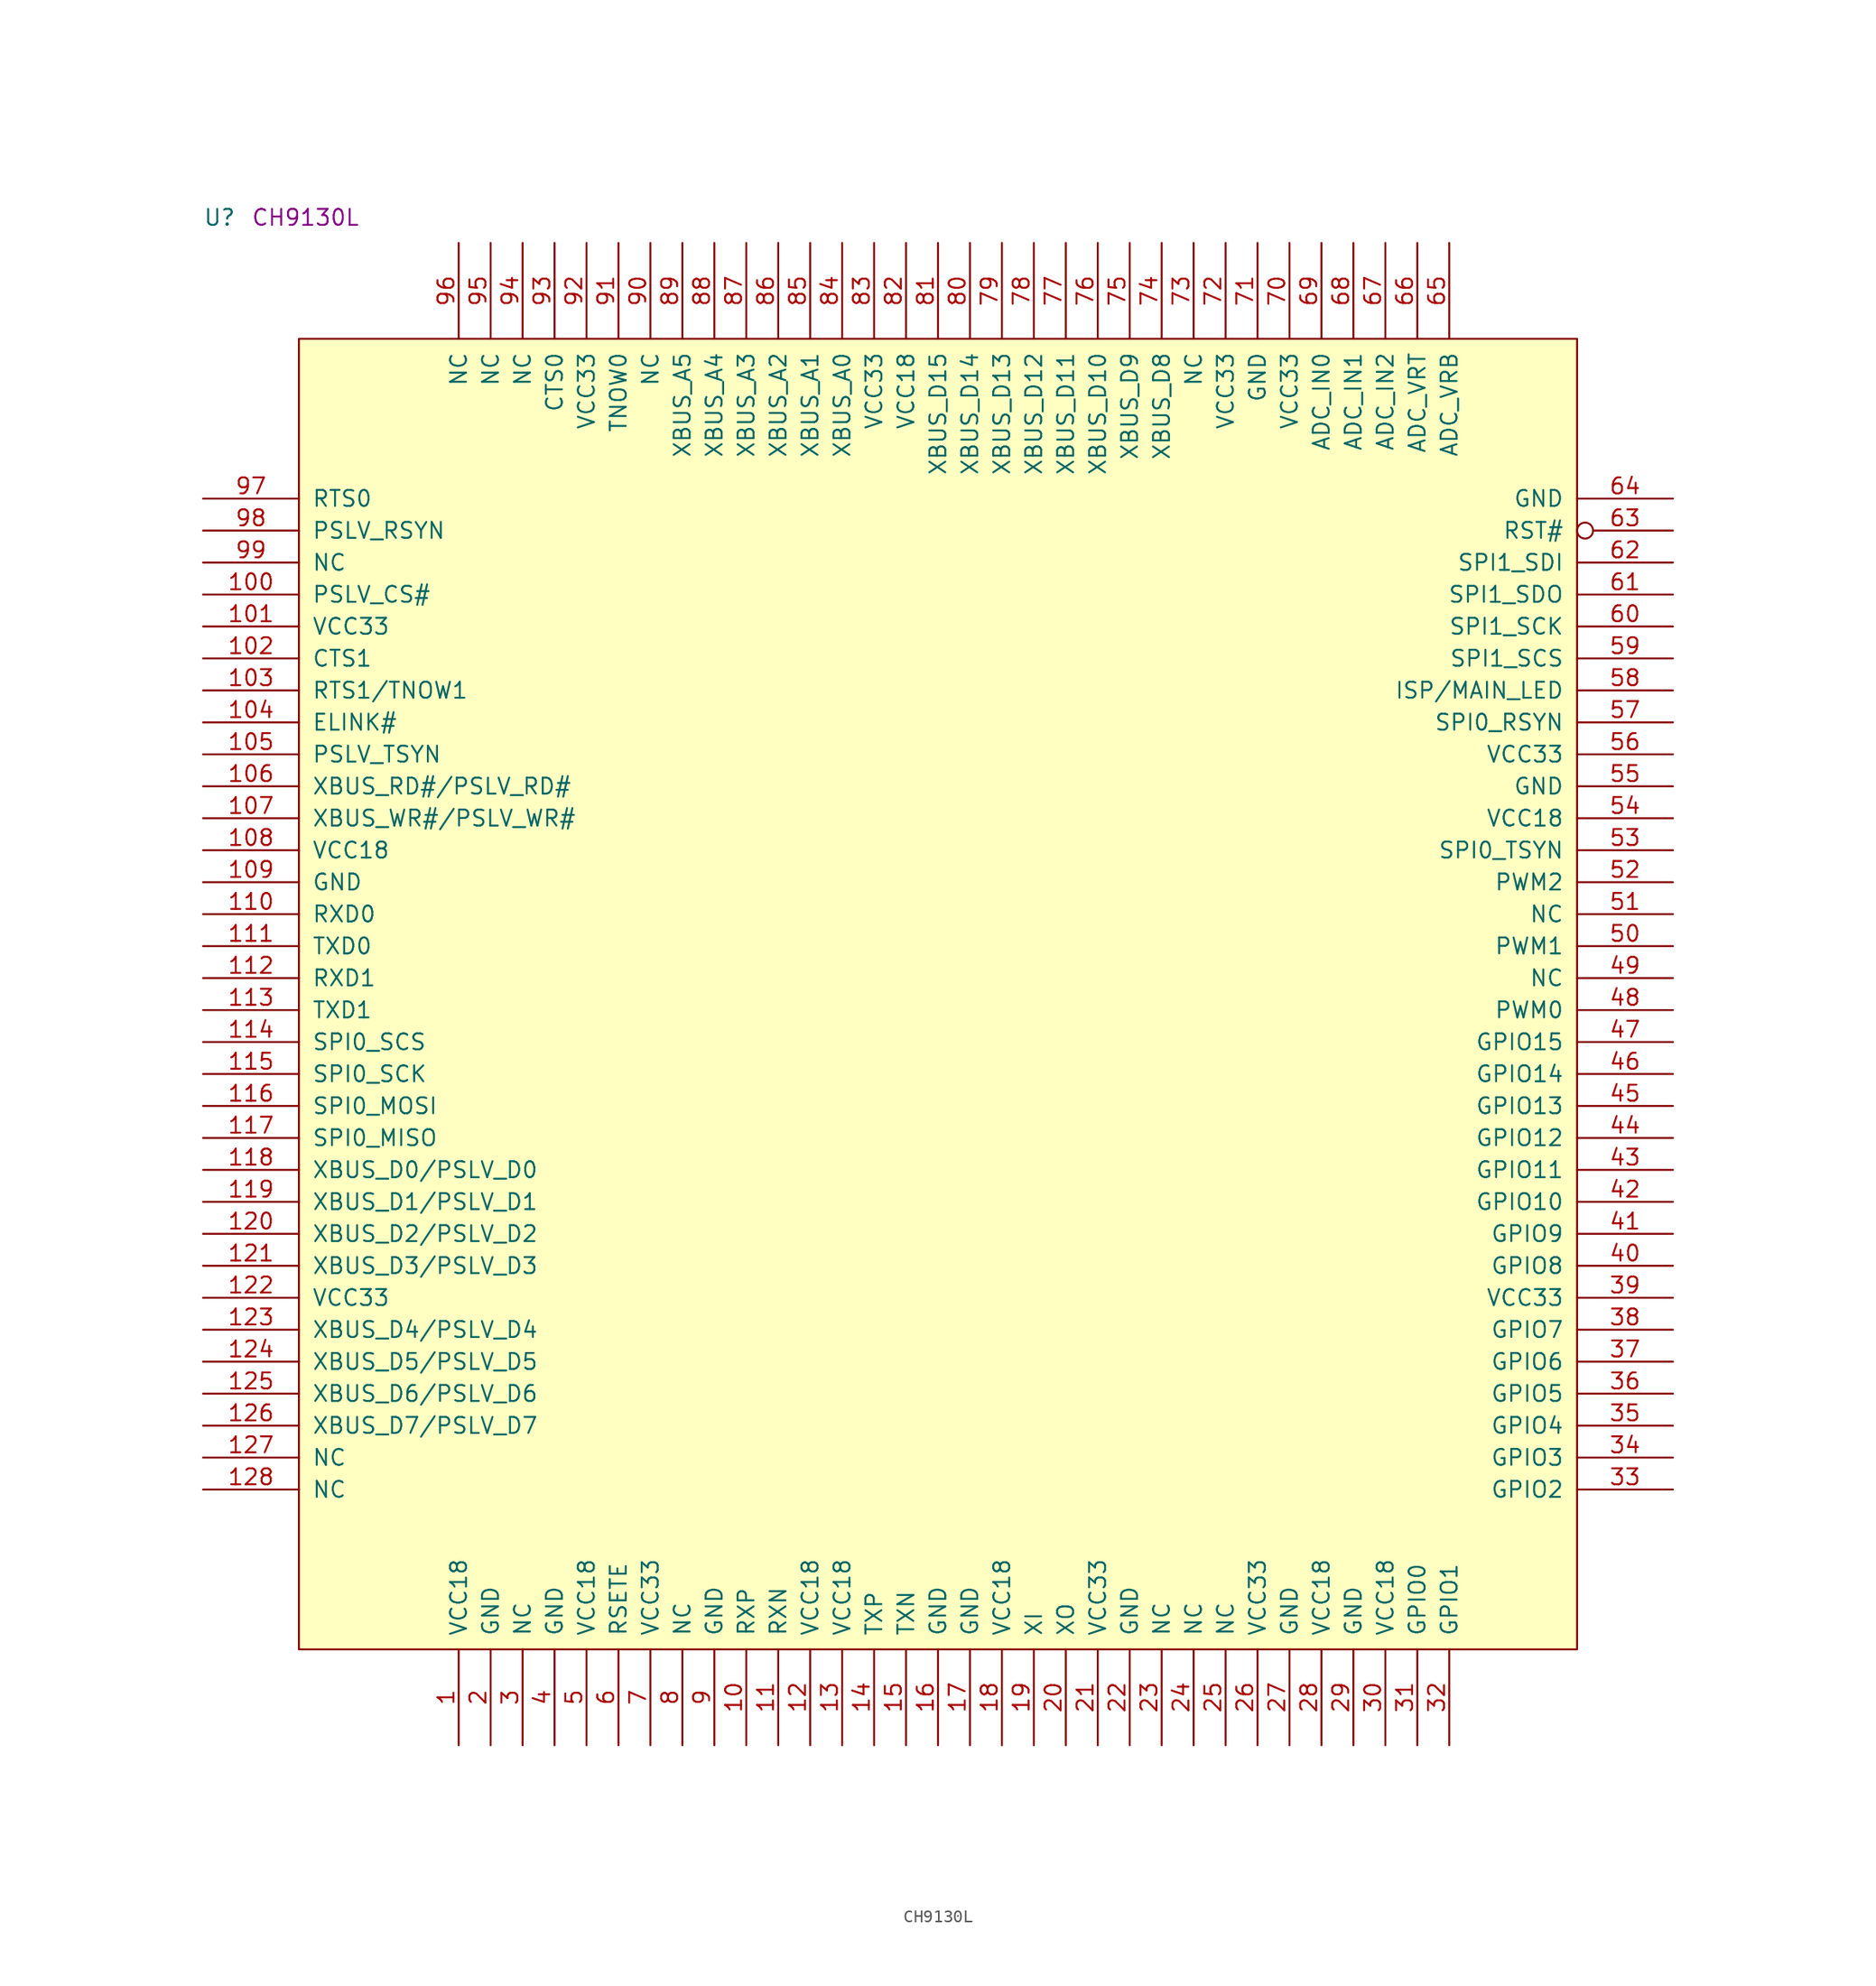
<source format=kicad_sym>
(kicad_symbol_lib
  (version 20211014)
  (generator kicad_symbol_editor)
  (symbol "CH9130L"
    (pin_names
      (offset 1.016))
    (property "Reference" "U"
      (at -7.62 8.89 0)
      (effects (font (size 1.27 1.27)) (justify left bottom)))
    (property "Comment" "CH9130L"
      (at -3.81 8.89 0)
      (effects (font (size 1.27 1.27)) (justify left bottom)))
    (symbol "CH9130L_1_1"
      (rectangle (start 0 -104.14) (end 101.6 0) (stroke (width 0) (type default) (color 0 0 0 0)) (fill (type background)))
      (pin power_in line (at 12.7 -111.76 90) (length 7.62) (name "VCC18" (effects (font (size 1.27 1.27)))) (number "1" (effects (font (size 1.27 1.27)))))
      (pin input line (at 35.56 -111.76 90) (length 7.62) (name "RXP" (effects (font (size 1.27 1.27)))) (number "10" (effects (font (size 1.27 1.27)))))
      (pin bidirectional line (at -7.62 -20.32 0) (length 7.62) (name "PSLV_CS#" (effects (font (size 1.27 1.27)))) (number "100" (effects (font (size 1.27 1.27)))))
      (pin power_in line (at -7.62 -22.86 0) (length 7.62) (name "VCC33" (effects (font (size 1.27 1.27)))) (number "101" (effects (font (size 1.27 1.27)))))
      (pin bidirectional line (at -7.62 -25.4 0) (length 7.62) (name "CTS1" (effects (font (size 1.27 1.27)))) (number "102" (effects (font (size 1.27 1.27)))))
      (pin bidirectional line (at -7.62 -27.94 0) (length 7.62) (name "RTS1/TNOW1" (effects (font (size 1.27 1.27)))) (number "103" (effects (font (size 1.27 1.27)))))
      (pin bidirectional line (at -7.62 -30.48 0) (length 7.62) (name "ELINK#" (effects (font (size 1.27 1.27)))) (number "104" (effects (font (size 1.27 1.27)))))
      (pin bidirectional line (at -7.62 -33.02 0) (length 7.62) (name "PSLV_TSYN" (effects (font (size 1.27 1.27)))) (number "105" (effects (font (size 1.27 1.27)))))
      (pin bidirectional line (at -7.62 -35.56 0) (length 7.62) (name "XBUS_RD#/PSLV_RD#" (effects (font (size 1.27 1.27)))) (number "106" (effects (font (size 1.27 1.27)))))
      (pin bidirectional line (at -7.62 -38.1 0) (length 7.62) (name "XBUS_WR#/PSLV_WR#" (effects (font (size 1.27 1.27)))) (number "107" (effects (font (size 1.27 1.27)))))
      (pin power_in line (at -7.62 -40.64 0) (length 7.62) (name "VCC18" (effects (font (size 1.27 1.27)))) (number "108" (effects (font (size 1.27 1.27)))))
      (pin power_in line (at -7.62 -43.18 0) (length 7.62) (name "GND" (effects (font (size 1.27 1.27)))) (number "109" (effects (font (size 1.27 1.27)))))
      (pin input line (at 38.1 -111.76 90) (length 7.62) (name "RXN" (effects (font (size 1.27 1.27)))) (number "11" (effects (font (size 1.27 1.27)))))
      (pin bidirectional line (at -7.62 -45.72 0) (length 7.62) (name "RXD0" (effects (font (size 1.27 1.27)))) (number "110" (effects (font (size 1.27 1.27)))))
      (pin bidirectional line (at -7.62 -48.26 0) (length 7.62) (name "TXD0" (effects (font (size 1.27 1.27)))) (number "111" (effects (font (size 1.27 1.27)))))
      (pin bidirectional line (at -7.62 -50.8 0) (length 7.62) (name "RXD1" (effects (font (size 1.27 1.27)))) (number "112" (effects (font (size 1.27 1.27)))))
      (pin bidirectional line (at -7.62 -53.34 0) (length 7.62) (name "TXD1" (effects (font (size 1.27 1.27)))) (number "113" (effects (font (size 1.27 1.27)))))
      (pin bidirectional line (at -7.62 -55.88 0) (length 7.62) (name "SPI0_SCS" (effects (font (size 1.27 1.27)))) (number "114" (effects (font (size 1.27 1.27)))))
      (pin bidirectional line (at -7.62 -58.42 0) (length 7.62) (name "SPI0_SCK" (effects (font (size 1.27 1.27)))) (number "115" (effects (font (size 1.27 1.27)))))
      (pin bidirectional line (at -7.62 -60.96 0) (length 7.62) (name "SPI0_MOSI" (effects (font (size 1.27 1.27)))) (number "116" (effects (font (size 1.27 1.27)))))
      (pin bidirectional line (at -7.62 -63.5 0) (length 7.62) (name "SPI0_MISO" (effects (font (size 1.27 1.27)))) (number "117" (effects (font (size 1.27 1.27)))))
      (pin bidirectional line (at -7.62 -66.04 0) (length 7.62) (name "XBUS_D0/PSLV_D0" (effects (font (size 1.27 1.27)))) (number "118" (effects (font (size 1.27 1.27)))))
      (pin bidirectional line (at -7.62 -68.58 0) (length 7.62) (name "XBUS_D1/PSLV_D1" (effects (font (size 1.27 1.27)))) (number "119" (effects (font (size 1.27 1.27)))))
      (pin power_in line (at 40.64 -111.76 90) (length 7.62) (name "VCC18" (effects (font (size 1.27 1.27)))) (number "12" (effects (font (size 1.27 1.27)))))
      (pin bidirectional line (at -7.62 -71.12 0) (length 7.62) (name "XBUS_D2/PSLV_D2" (effects (font (size 1.27 1.27)))) (number "120" (effects (font (size 1.27 1.27)))))
      (pin bidirectional line (at -7.62 -73.66 0) (length 7.62) (name "XBUS_D3/PSLV_D3" (effects (font (size 1.27 1.27)))) (number "121" (effects (font (size 1.27 1.27)))))
      (pin power_in line (at -7.62 -76.2 0) (length 7.62) (name "VCC33" (effects (font (size 1.27 1.27)))) (number "122" (effects (font (size 1.27 1.27)))))
      (pin bidirectional line (at -7.62 -78.74 0) (length 7.62) (name "XBUS_D4/PSLV_D4" (effects (font (size 1.27 1.27)))) (number "123" (effects (font (size 1.27 1.27)))))
      (pin bidirectional line (at -7.62 -81.28 0) (length 7.62) (name "XBUS_D5/PSLV_D5" (effects (font (size 1.27 1.27)))) (number "124" (effects (font (size 1.27 1.27)))))
      (pin bidirectional line (at -7.62 -83.82 0) (length 7.62) (name "XBUS_D6/PSLV_D6" (effects (font (size 1.27 1.27)))) (number "125" (effects (font (size 1.27 1.27)))))
      (pin bidirectional line (at -7.62 -86.36 0) (length 7.62) (name "XBUS_D7/PSLV_D7" (effects (font (size 1.27 1.27)))) (number "126" (effects (font (size 1.27 1.27)))))
      (pin input line (at -7.62 -88.9 0) (length 7.62) (name "NC" (effects (font (size 1.27 1.27)))) (number "127" (effects (font (size 1.27 1.27)))))
      (pin input line (at -7.62 -91.44 0) (length 7.62) (name "NC" (effects (font (size 1.27 1.27)))) (number "128" (effects (font (size 1.27 1.27)))))
      (pin power_in line (at 43.18 -111.76 90) (length 7.62) (name "VCC18" (effects (font (size 1.27 1.27)))) (number "13" (effects (font (size 1.27 1.27)))))
      (pin output line (at 45.72 -111.76 90) (length 7.62) (name "TXP" (effects (font (size 1.27 1.27)))) (number "14" (effects (font (size 1.27 1.27)))))
      (pin output line (at 48.26 -111.76 90) (length 7.62) (name "TXN" (effects (font (size 1.27 1.27)))) (number "15" (effects (font (size 1.27 1.27)))))
      (pin power_in line (at 50.8 -111.76 90) (length 7.62) (name "GND" (effects (font (size 1.27 1.27)))) (number "16" (effects (font (size 1.27 1.27)))))
      (pin power_in line (at 53.34 -111.76 90) (length 7.62) (name "GND" (effects (font (size 1.27 1.27)))) (number "17" (effects (font (size 1.27 1.27)))))
      (pin power_in line (at 55.88 -111.76 90) (length 7.62) (name "VCC18" (effects (font (size 1.27 1.27)))) (number "18" (effects (font (size 1.27 1.27)))))
      (pin input line (at 58.42 -111.76 90) (length 7.62) (name "XI" (effects (font (size 1.27 1.27)))) (number "19" (effects (font (size 1.27 1.27)))))
      (pin power_in line (at 15.24 -111.76 90) (length 7.62) (name "GND" (effects (font (size 1.27 1.27)))) (number "2" (effects (font (size 1.27 1.27)))))
      (pin bidirectional line (at 60.96 -111.76 90) (length 7.62) (name "XO" (effects (font (size 1.27 1.27)))) (number "20" (effects (font (size 1.27 1.27)))))
      (pin power_in line (at 63.5 -111.76 90) (length 7.62) (name "VCC33" (effects (font (size 1.27 1.27)))) (number "21" (effects (font (size 1.27 1.27)))))
      (pin power_in line (at 66.04 -111.76 90) (length 7.62) (name "GND" (effects (font (size 1.27 1.27)))) (number "22" (effects (font (size 1.27 1.27)))))
      (pin bidirectional line (at 68.58 -111.76 90) (length 7.62) (name "NC" (effects (font (size 1.27 1.27)))) (number "23" (effects (font (size 1.27 1.27)))))
      (pin bidirectional line (at 71.12 -111.76 90) (length 7.62) (name "NC" (effects (font (size 1.27 1.27)))) (number "24" (effects (font (size 1.27 1.27)))))
      (pin bidirectional line (at 73.66 -111.76 90) (length 7.62) (name "NC" (effects (font (size 1.27 1.27)))) (number "25" (effects (font (size 1.27 1.27)))))
      (pin power_in line (at 76.2 -111.76 90) (length 7.62) (name "VCC33" (effects (font (size 1.27 1.27)))) (number "26" (effects (font (size 1.27 1.27)))))
      (pin power_in line (at 78.74 -111.76 90) (length 7.62) (name "GND" (effects (font (size 1.27 1.27)))) (number "27" (effects (font (size 1.27 1.27)))))
      (pin power_in line (at 81.28 -111.76 90) (length 7.62) (name "VCC18" (effects (font (size 1.27 1.27)))) (number "28" (effects (font (size 1.27 1.27)))))
      (pin power_in line (at 83.82 -111.76 90) (length 7.62) (name "GND" (effects (font (size 1.27 1.27)))) (number "29" (effects (font (size 1.27 1.27)))))
      (pin passive line (at 17.78 -111.76 90) (length 7.62) (name "NC" (effects (font (size 1.27 1.27)))) (number "3" (effects (font (size 1.27 1.27)))))
      (pin power_in line (at 86.36 -111.76 90) (length 7.62) (name "VCC18" (effects (font (size 1.27 1.27)))) (number "30" (effects (font (size 1.27 1.27)))))
      (pin bidirectional line (at 88.9 -111.76 90) (length 7.62) (name "GPIO0" (effects (font (size 1.27 1.27)))) (number "31" (effects (font (size 1.27 1.27)))))
      (pin bidirectional line (at 91.44 -111.76 90) (length 7.62) (name "GPIO1" (effects (font (size 1.27 1.27)))) (number "32" (effects (font (size 1.27 1.27)))))
      (pin bidirectional line (at 109.22 -91.44 180) (length 7.62) (name "GPIO2" (effects (font (size 1.27 1.27)))) (number "33" (effects (font (size 1.27 1.27)))))
      (pin bidirectional line (at 109.22 -88.9 180) (length 7.62) (name "GPIO3" (effects (font (size 1.27 1.27)))) (number "34" (effects (font (size 1.27 1.27)))))
      (pin bidirectional line (at 109.22 -86.36 180) (length 7.62) (name "GPIO4" (effects (font (size 1.27 1.27)))) (number "35" (effects (font (size 1.27 1.27)))))
      (pin bidirectional line (at 109.22 -83.82 180) (length 7.62) (name "GPIO5" (effects (font (size 1.27 1.27)))) (number "36" (effects (font (size 1.27 1.27)))))
      (pin bidirectional line (at 109.22 -81.28 180) (length 7.62) (name "GPIO6" (effects (font (size 1.27 1.27)))) (number "37" (effects (font (size 1.27 1.27)))))
      (pin bidirectional line (at 109.22 -78.74 180) (length 7.62) (name "GPIO7" (effects (font (size 1.27 1.27)))) (number "38" (effects (font (size 1.27 1.27)))))
      (pin power_in line (at 109.22 -76.2 180) (length 7.62) (name "VCC33" (effects (font (size 1.27 1.27)))) (number "39" (effects (font (size 1.27 1.27)))))
      (pin power_in line (at 20.32 -111.76 90) (length 7.62) (name "GND" (effects (font (size 1.27 1.27)))) (number "4" (effects (font (size 1.27 1.27)))))
      (pin bidirectional line (at 109.22 -73.66 180) (length 7.62) (name "GPIO8" (effects (font (size 1.27 1.27)))) (number "40" (effects (font (size 1.27 1.27)))))
      (pin bidirectional line (at 109.22 -71.12 180) (length 7.62) (name "GPIO9" (effects (font (size 1.27 1.27)))) (number "41" (effects (font (size 1.27 1.27)))))
      (pin bidirectional line (at 109.22 -68.58 180) (length 7.62) (name "GPIO10" (effects (font (size 1.27 1.27)))) (number "42" (effects (font (size 1.27 1.27)))))
      (pin bidirectional line (at 109.22 -66.04 180) (length 7.62) (name "GPIO11" (effects (font (size 1.27 1.27)))) (number "43" (effects (font (size 1.27 1.27)))))
      (pin bidirectional line (at 109.22 -63.5 180) (length 7.62) (name "GPIO12" (effects (font (size 1.27 1.27)))) (number "44" (effects (font (size 1.27 1.27)))))
      (pin bidirectional line (at 109.22 -60.96 180) (length 7.62) (name "GPIO13" (effects (font (size 1.27 1.27)))) (number "45" (effects (font (size 1.27 1.27)))))
      (pin bidirectional line (at 109.22 -58.42 180) (length 7.62) (name "GPIO14" (effects (font (size 1.27 1.27)))) (number "46" (effects (font (size 1.27 1.27)))))
      (pin bidirectional line (at 109.22 -55.88 180) (length 7.62) (name "GPIO15" (effects (font (size 1.27 1.27)))) (number "47" (effects (font (size 1.27 1.27)))))
      (pin bidirectional line (at 109.22 -53.34 180) (length 7.62) (name "PWM0" (effects (font (size 1.27 1.27)))) (number "48" (effects (font (size 1.27 1.27)))))
      (pin bidirectional line (at 109.22 -50.8 180) (length 7.62) (name "NC" (effects (font (size 1.27 1.27)))) (number "49" (effects (font (size 1.27 1.27)))))
      (pin power_in line (at 22.86 -111.76 90) (length 7.62) (name "VCC18" (effects (font (size 1.27 1.27)))) (number "5" (effects (font (size 1.27 1.27)))))
      (pin bidirectional line (at 109.22 -48.26 180) (length 7.62) (name "PWM1" (effects (font (size 1.27 1.27)))) (number "50" (effects (font (size 1.27 1.27)))))
      (pin bidirectional line (at 109.22 -45.72 180) (length 7.62) (name "NC" (effects (font (size 1.27 1.27)))) (number "51" (effects (font (size 1.27 1.27)))))
      (pin bidirectional line (at 109.22 -43.18 180) (length 7.62) (name "PWM2" (effects (font (size 1.27 1.27)))) (number "52" (effects (font (size 1.27 1.27)))))
      (pin bidirectional line (at 109.22 -40.64 180) (length 7.62) (name "SPI0_TSYN" (effects (font (size 1.27 1.27)))) (number "53" (effects (font (size 1.27 1.27)))))
      (pin power_in line (at 109.22 -38.1 180) (length 7.62) (name "VCC18" (effects (font (size 1.27 1.27)))) (number "54" (effects (font (size 1.27 1.27)))))
      (pin power_in line (at 109.22 -35.56 180) (length 7.62) (name "GND" (effects (font (size 1.27 1.27)))) (number "55" (effects (font (size 1.27 1.27)))))
      (pin power_in line (at 109.22 -33.02 180) (length 7.62) (name "VCC33" (effects (font (size 1.27 1.27)))) (number "56" (effects (font (size 1.27 1.27)))))
      (pin bidirectional line (at 109.22 -30.48 180) (length 7.62) (name "SPI0_RSYN" (effects (font (size 1.27 1.27)))) (number "57" (effects (font (size 1.27 1.27)))))
      (pin bidirectional line (at 109.22 -27.94 180) (length 7.62) (name "ISP/MAIN_LED" (effects (font (size 1.27 1.27)))) (number "58" (effects (font (size 1.27 1.27)))))
      (pin bidirectional line (at 109.22 -25.4 180) (length 7.62) (name "SPI1_SCS" (effects (font (size 1.27 1.27)))) (number "59" (effects (font (size 1.27 1.27)))))
      (pin bidirectional line (at 25.4 -111.76 90) (length 7.62) (name "RSETE" (effects (font (size 1.27 1.27)))) (number "6" (effects (font (size 1.27 1.27)))))
      (pin bidirectional line (at 109.22 -22.86 180) (length 7.62) (name "SPI1_SCK" (effects (font (size 1.27 1.27)))) (number "60" (effects (font (size 1.27 1.27)))))
      (pin bidirectional line (at 109.22 -20.32 180) (length 7.62) (name "SPI1_SDO" (effects (font (size 1.27 1.27)))) (number "61" (effects (font (size 1.27 1.27)))))
      (pin bidirectional line (at 109.22 -17.78 180) (length 7.62) (name "SPI1_SDI" (effects (font (size 1.27 1.27)))) (number "62" (effects (font (size 1.27 1.27)))))
      (pin input inverted (at 109.22 -15.24 180) (length 7.62) (name "RST#" (effects (font (size 1.27 1.27)))) (number "63" (effects (font (size 1.27 1.27)))))
      (pin power_in line (at 109.22 -12.7 180) (length 7.62) (name "GND" (effects (font (size 1.27 1.27)))) (number "64" (effects (font (size 1.27 1.27)))))
      (pin power_in line (at 91.44 7.62 270) (length 7.62) (name "ADC_VRB" (effects (font (size 1.27 1.27)))) (number "65" (effects (font (size 1.27 1.27)))))
      (pin power_in line (at 88.9 7.62 270) (length 7.62) (name "ADC_VRT" (effects (font (size 1.27 1.27)))) (number "66" (effects (font (size 1.27 1.27)))))
      (pin input line (at 86.36 7.62 270) (length 7.62) (name "ADC_IN2" (effects (font (size 1.27 1.27)))) (number "67" (effects (font (size 1.27 1.27)))))
      (pin input line (at 83.82 7.62 270) (length 7.62) (name "ADC_IN1" (effects (font (size 1.27 1.27)))) (number "68" (effects (font (size 1.27 1.27)))))
      (pin input line (at 81.28 7.62 270) (length 7.62) (name "ADC_IN0" (effects (font (size 1.27 1.27)))) (number "69" (effects (font (size 1.27 1.27)))))
      (pin power_in line (at 27.94 -111.76 90) (length 7.62) (name "VCC33" (effects (font (size 1.27 1.27)))) (number "7" (effects (font (size 1.27 1.27)))))
      (pin power_in line (at 78.74 7.62 270) (length 7.62) (name "VCC33" (effects (font (size 1.27 1.27)))) (number "70" (effects (font (size 1.27 1.27)))))
      (pin power_in line (at 76.2 7.62 270) (length 7.62) (name "GND" (effects (font (size 1.27 1.27)))) (number "71" (effects (font (size 1.27 1.27)))))
      (pin power_in line (at 73.66 7.62 270) (length 7.62) (name "VCC33" (effects (font (size 1.27 1.27)))) (number "72" (effects (font (size 1.27 1.27)))))
      (pin input line (at 71.12 7.62 270) (length 7.62) (name "NC" (effects (font (size 1.27 1.27)))) (number "73" (effects (font (size 1.27 1.27)))))
      (pin bidirectional line (at 68.58 7.62 270) (length 7.62) (name "XBUS_D8" (effects (font (size 1.27 1.27)))) (number "74" (effects (font (size 1.27 1.27)))))
      (pin bidirectional line (at 66.04 7.62 270) (length 7.62) (name "XBUS_D9" (effects (font (size 1.27 1.27)))) (number "75" (effects (font (size 1.27 1.27)))))
      (pin bidirectional line (at 63.5 7.62 270) (length 7.62) (name "XBUS_D10" (effects (font (size 1.27 1.27)))) (number "76" (effects (font (size 1.27 1.27)))))
      (pin bidirectional line (at 60.96 7.62 270) (length 7.62) (name "XBUS_D11" (effects (font (size 1.27 1.27)))) (number "77" (effects (font (size 1.27 1.27)))))
      (pin bidirectional line (at 58.42 7.62 270) (length 7.62) (name "XBUS_D12" (effects (font (size 1.27 1.27)))) (number "78" (effects (font (size 1.27 1.27)))))
      (pin bidirectional line (at 55.88 7.62 270) (length 7.62) (name "XBUS_D13" (effects (font (size 1.27 1.27)))) (number "79" (effects (font (size 1.27 1.27)))))
      (pin passive line (at 30.48 -111.76 90) (length 7.62) (name "NC" (effects (font (size 1.27 1.27)))) (number "8" (effects (font (size 1.27 1.27)))))
      (pin bidirectional line (at 53.34 7.62 270) (length 7.62) (name "XBUS_D14" (effects (font (size 1.27 1.27)))) (number "80" (effects (font (size 1.27 1.27)))))
      (pin bidirectional line (at 50.8 7.62 270) (length 7.62) (name "XBUS_D15" (effects (font (size 1.27 1.27)))) (number "81" (effects (font (size 1.27 1.27)))))
      (pin power_in line (at 48.26 7.62 270) (length 7.62) (name "VCC18" (effects (font (size 1.27 1.27)))) (number "82" (effects (font (size 1.27 1.27)))))
      (pin power_in line (at 45.72 7.62 270) (length 7.62) (name "VCC33" (effects (font (size 1.27 1.27)))) (number "83" (effects (font (size 1.27 1.27)))))
      (pin bidirectional line (at 43.18 7.62 270) (length 7.62) (name "XBUS_A0" (effects (font (size 1.27 1.27)))) (number "84" (effects (font (size 1.27 1.27)))))
      (pin bidirectional line (at 40.64 7.62 270) (length 7.62) (name "XBUS_A1" (effects (font (size 1.27 1.27)))) (number "85" (effects (font (size 1.27 1.27)))))
      (pin bidirectional line (at 38.1 7.62 270) (length 7.62) (name "XBUS_A2" (effects (font (size 1.27 1.27)))) (number "86" (effects (font (size 1.27 1.27)))))
      (pin bidirectional line (at 35.56 7.62 270) (length 7.62) (name "XBUS_A3" (effects (font (size 1.27 1.27)))) (number "87" (effects (font (size 1.27 1.27)))))
      (pin bidirectional line (at 33.02 7.62 270) (length 7.62) (name "XBUS_A4" (effects (font (size 1.27 1.27)))) (number "88" (effects (font (size 1.27 1.27)))))
      (pin bidirectional line (at 30.48 7.62 270) (length 7.62) (name "XBUS_A5" (effects (font (size 1.27 1.27)))) (number "89" (effects (font (size 1.27 1.27)))))
      (pin power_in line (at 33.02 -111.76 90) (length 7.62) (name "GND" (effects (font (size 1.27 1.27)))) (number "9" (effects (font (size 1.27 1.27)))))
      (pin bidirectional line (at 27.94 7.62 270) (length 7.62) (name "NC" (effects (font (size 1.27 1.27)))) (number "90" (effects (font (size 1.27 1.27)))))
      (pin bidirectional line (at 25.4 7.62 270) (length 7.62) (name "TNOW0" (effects (font (size 1.27 1.27)))) (number "91" (effects (font (size 1.27 1.27)))))
      (pin power_in line (at 22.86 7.62 270) (length 7.62) (name "VCC33" (effects (font (size 1.27 1.27)))) (number "92" (effects (font (size 1.27 1.27)))))
      (pin bidirectional line (at 20.32 7.62 270) (length 7.62) (name "CTS0" (effects (font (size 1.27 1.27)))) (number "93" (effects (font (size 1.27 1.27)))))
      (pin bidirectional line (at 17.78 7.62 270) (length 7.62) (name "NC" (effects (font (size 1.27 1.27)))) (number "94" (effects (font (size 1.27 1.27)))))
      (pin bidirectional line (at 15.24 7.62 270) (length 7.62) (name "NC" (effects (font (size 1.27 1.27)))) (number "95" (effects (font (size 1.27 1.27)))))
      (pin bidirectional line (at 12.7 7.62 270) (length 7.62) (name "NC" (effects (font (size 1.27 1.27)))) (number "96" (effects (font (size 1.27 1.27)))))
      (pin bidirectional line (at -7.62 -12.7 0) (length 7.62) (name "RTS0" (effects (font (size 1.27 1.27)))) (number "97" (effects (font (size 1.27 1.27)))))
      (pin bidirectional line (at -7.62 -15.24 0) (length 7.62) (name "PSLV_RSYN" (effects (font (size 1.27 1.27)))) (number "98" (effects (font (size 1.27 1.27)))))
      (pin bidirectional line (at -7.62 -17.78 0) (length 7.62) (name "NC" (effects (font (size 1.27 1.27)))) (number "99" (effects (font (size 1.27 1.27))))))))
</source>
